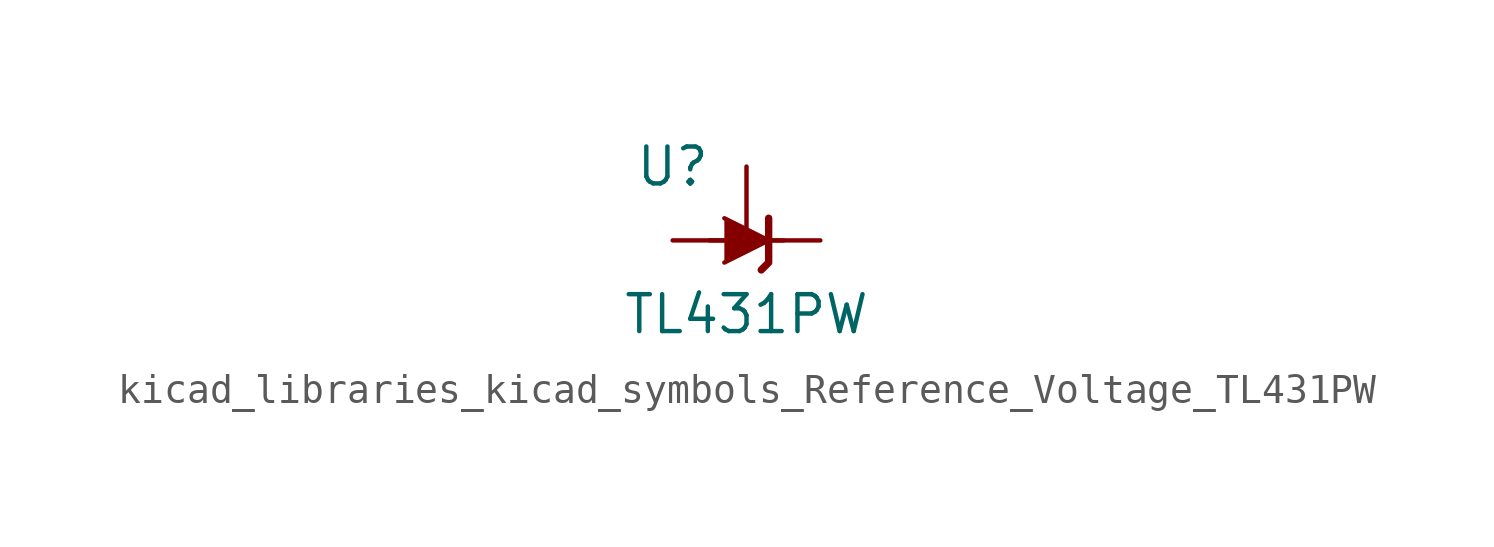
<source format=kicad_sym>
(kicad_symbol_lib
  (version 20220914)
  (generator kicad_symbol_editor)
  (symbol "kicad_libraries_kicad_symbols_Reference_Voltage_TL431PW"
    (pin_numbers hide)
    (pin_names hide)
    (property "Reference" "U"
      (at -2.54 2.54 0)
      (effects (font (size 1.27 1.27))))
    (property "Value" "TL431PW"
      (at 0 -2.54 0)
      (effects (font (size 1.27 1.27))))
    (symbol "kicad_libraries_kicad_symbols_Reference_Voltage_TL431PW_0_1"
      (polyline (pts (xy -1.27 0) (xy 0 0) (xy 1.27 0)) (stroke (width 0) (type default)) (fill (type none)))
      (polyline (pts (xy -0.762 0.762) (xy 0.762 0) (xy -0.762 -0.762)) (stroke (width 0) (type default)) (fill (type outline)))
      (polyline (pts (xy 0.508 -1.016) (xy 0.762 -0.762) (xy 0.762 0.762) (xy 0.762 0.762)) (stroke (width 0.254) (type default)) (fill (type none))))
    (symbol "kicad_libraries_kicad_symbols_Reference_Voltage_TL431PW_1_1"
      (pin passive line (at 2.54 0 180) (length 2.54) (name "K" (effects (font (size 1.27 1.27)))) (number "1" (effects (font (size 1.27 1.27)))))
      (pin passive line (at -2.54 0 0) (length 2.54) (name "A" (effects (font (size 1.27 1.27)))) (number "6" (effects (font (size 1.27 1.27)))))
      (pin passive line (at 0 2.54 270) (length 2.54) (name "REF" (effects (font (size 1.27 1.27)))) (number "8" (effects (font (size 1.27 1.27))))))))
</source>
